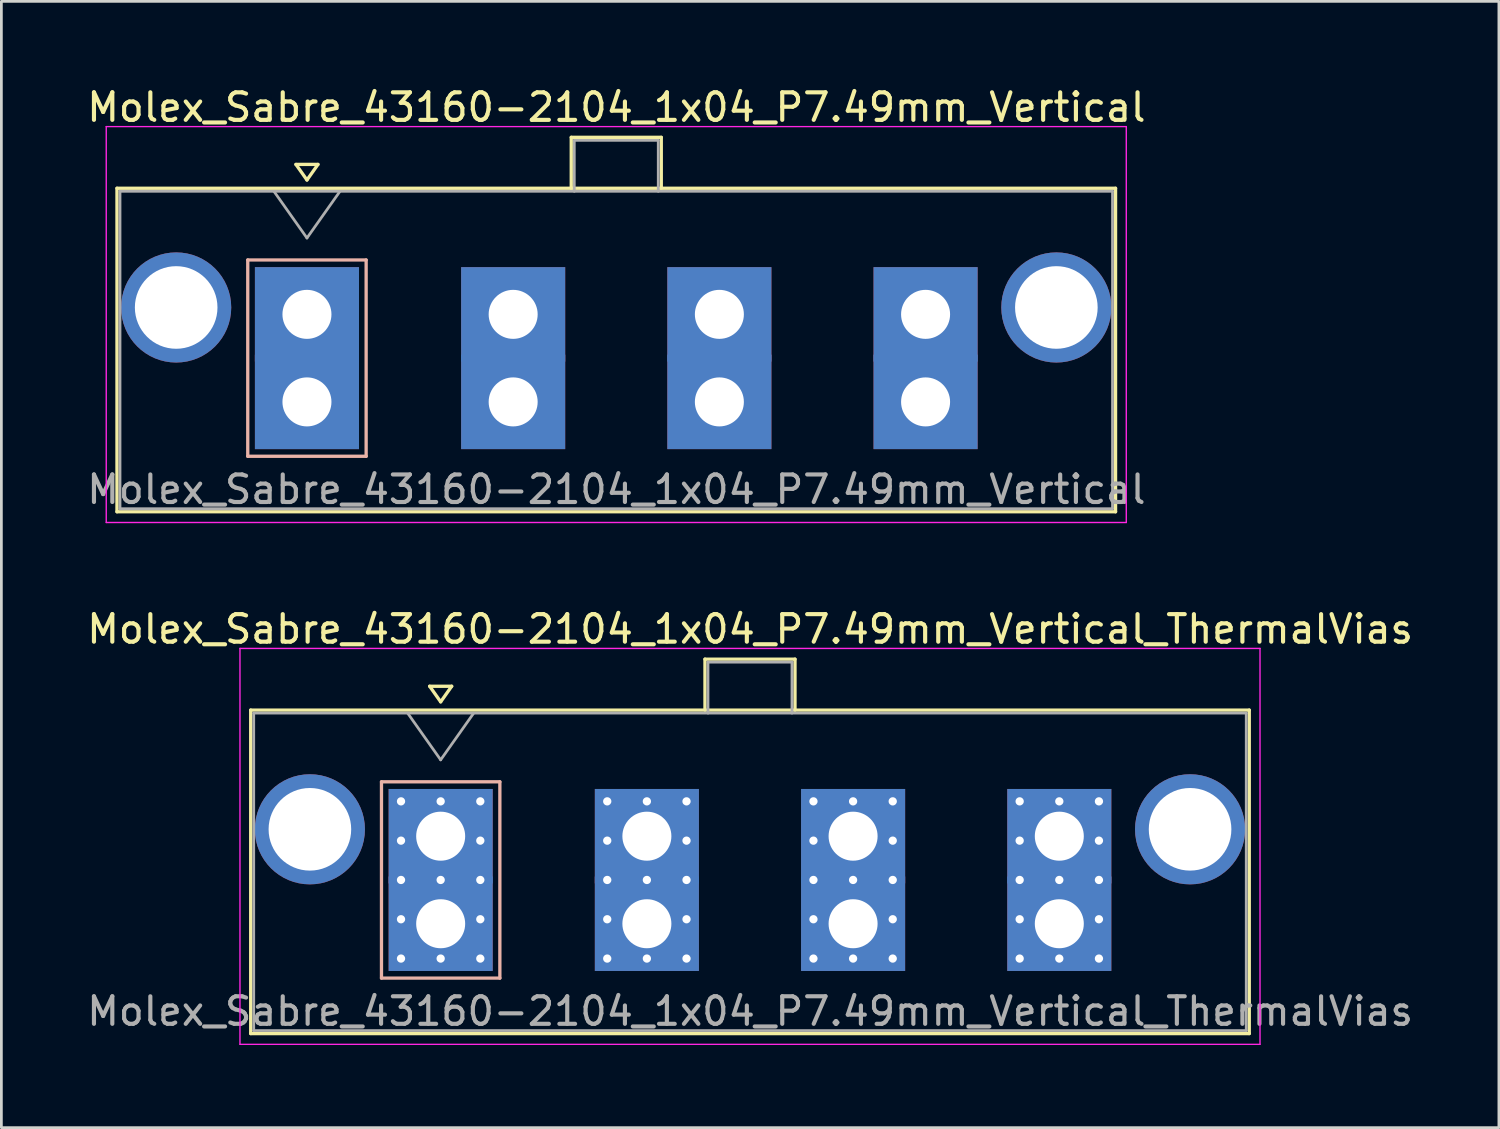
<source format=kicad_pcb>
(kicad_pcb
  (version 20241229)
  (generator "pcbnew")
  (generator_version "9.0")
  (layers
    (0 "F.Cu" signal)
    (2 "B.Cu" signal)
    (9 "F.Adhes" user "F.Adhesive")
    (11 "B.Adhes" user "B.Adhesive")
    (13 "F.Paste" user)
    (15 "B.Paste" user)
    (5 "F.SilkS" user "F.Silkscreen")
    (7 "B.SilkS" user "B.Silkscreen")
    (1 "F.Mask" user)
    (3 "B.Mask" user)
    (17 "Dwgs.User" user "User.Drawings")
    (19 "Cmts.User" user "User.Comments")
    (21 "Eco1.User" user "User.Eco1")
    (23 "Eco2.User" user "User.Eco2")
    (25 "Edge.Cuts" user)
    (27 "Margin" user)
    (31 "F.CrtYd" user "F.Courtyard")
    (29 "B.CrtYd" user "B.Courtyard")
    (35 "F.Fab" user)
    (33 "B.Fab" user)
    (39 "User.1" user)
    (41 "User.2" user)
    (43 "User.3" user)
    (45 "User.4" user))
  (footprint "Molex_Sabre_43160-2104_1x04_P7.49mm_Vertical"
    (layer "F.Cu")
    (at 8.099 11.548)
    (property "Reference" "Molex_Sabre_43160-2104_1x04_P7.49mm_Vertical" (at 11.24 -10.7 0) (layer "F.SilkS") (effects (font (size 1 1) (thickness 0.15))))
    (attr through_hole)
    (fp_line (start -6.9 -7.76) (end -6.9 3.99) (stroke (width 0.12) (type solid)) (layer "F.SilkS"))
    (fp_line (start -6.9 3.99) (end 29.37 3.99) (stroke (width 0.12) (type solid)) (layer "F.SilkS"))
    (fp_line (start -0.4 -8.626) (end 0 -8.06) (stroke (width 0.12) (type solid)) (layer "F.SilkS"))
    (fp_line (start 0 -8.06) (end 0.4 -8.626) (stroke (width 0.12) (type solid)) (layer "F.SilkS"))
    (fp_line (start 0.4 -8.626) (end -0.4 -8.626) (stroke (width 0.12) (type solid)) (layer "F.SilkS"))
    (fp_line (start 9.6 -9.61) (end 12.87 -9.61) (stroke (width 0.12) (type solid)) (layer "F.SilkS"))
    (fp_line (start 9.6 -7.76) (end 9.6 -9.61) (stroke (width 0.12) (type solid)) (layer "F.SilkS"))
    (fp_line (start 12.87 -9.61) (end 12.87 -7.76) (stroke (width 0.12) (type solid)) (layer "F.SilkS"))
    (fp_line (start 29.37 -7.76) (end -6.9 -7.76) (stroke (width 0.12) (type solid)) (layer "F.SilkS"))
    (fp_line (start 29.37 3.99) (end 29.37 -7.76) (stroke (width 0.12) (type solid)) (layer "F.SilkS"))
    (fp_line (start -2.15 -5.155) (end -2.15 1.975) (stroke (width 0.12) (type solid)) (layer "B.SilkS"))
    (fp_line (start -2.15 1.975) (end 2.15 1.975) (stroke (width 0.12) (type solid)) (layer "B.SilkS"))
    (fp_line (start 2.15 -5.155) (end -2.15 -5.155) (stroke (width 0.12) (type solid)) (layer "B.SilkS"))
    (fp_line (start 2.15 1.975) (end 2.15 -5.155) (stroke (width 0.12) (type solid)) (layer "B.SilkS"))
    (fp_line (start -7.29 -10) (end -7.29 4.38) (stroke (width 0.05) (type solid)) (layer "F.CrtYd"))
    (fp_line (start -7.29 4.38) (end 29.76 4.38) (stroke (width 0.05) (type solid)) (layer "F.CrtYd"))
    (fp_line (start 29.76 -10) (end -7.29 -10) (stroke (width 0.05) (type solid)) (layer "F.CrtYd"))
    (fp_line (start 29.76 4.38) (end 29.76 -10) (stroke (width 0.05) (type solid)) (layer "F.CrtYd"))
    (fp_line (start -6.79 -7.65) (end -6.79 3.88) (stroke (width 0.1) (type solid)) (layer "F.Fab"))
    (fp_line (start -6.79 3.88) (end 29.26 3.88) (stroke (width 0.1) (type solid)) (layer "F.Fab"))
    (fp_line (start -1.2 -7.65) (end 0 -5.953) (stroke (width 0.1) (type solid)) (layer "F.Fab"))
    (fp_line (start 0 -5.953) (end 1.2 -7.65) (stroke (width 0.1) (type solid)) (layer "F.Fab"))
    (fp_line (start 9.71 -9.5) (end 12.76 -9.5) (stroke (width 0.1) (type solid)) (layer "F.Fab"))
    (fp_line (start 9.71 -7.65) (end 9.71 -9.5) (stroke (width 0.1) (type solid)) (layer "F.Fab"))
    (fp_line (start 12.76 -9.5) (end 12.76 -7.65) (stroke (width 0.1) (type solid)) (layer "F.Fab"))
    (fp_line (start 29.26 -7.65) (end -6.79 -7.65) (stroke (width 0.1) (type solid)) (layer "F.Fab"))
    (fp_line (start 29.26 3.88) (end 29.26 -7.65) (stroke (width 0.1) (type solid)) (layer "F.Fab"))
    (fp_text user "${REFERENCE}" (at 11.24 3.18 0) (layer "F.Fab") (effects (font (size 1 1) (thickness 0.15))))
    (pad "" thru_hole circle (at -4.75 -3.43) (size 4 4) (drill 3) (layers "*.Cu" "*.Mask"))
    (pad "" thru_hole circle (at 27.22 -3.43) (size 4 4) (drill 3) (layers "*.Cu" "*.Mask"))
    (pad "1" thru_hole rect (at 0 -3.18) (size 3.78 3.43) (drill 1.78) (layers "*.Cu" "*.Mask"))
    (pad "1" thru_hole rect (at 0 0) (size 3.78 3.43) (drill 1.78) (layers "*.Cu" "*.Mask"))
    (pad "2" thru_hole rect (at 7.49 -3.18) (size 3.78 3.43) (drill 1.78) (layers "*.Cu" "*.Mask"))
    (pad "2" thru_hole rect (at 7.49 0) (size 3.78 3.43) (drill 1.78) (layers "*.Cu" "*.Mask"))
    (pad "3" thru_hole rect (at 14.98 -3.18) (size 3.78 3.43) (drill 1.78) (layers "*.Cu" "*.Mask"))
    (pad "3" thru_hole rect (at 14.98 0) (size 3.78 3.43) (drill 1.78) (layers "*.Cu" "*.Mask"))
    (pad "4" thru_hole rect (at 22.47 -3.18) (size 3.78 3.43) (drill 1.78) (layers "*.Cu" "*.Mask"))
    (pad "4" thru_hole rect (at 22.47 0) (size 3.78 3.43) (drill 1.78) (layers "*.Cu" "*.Mask")))
  (footprint "Molex_Sabre_43160-2104_1x04_P7.49mm_Vertical_ThermalVias"
    (layer "F.Cu")
    (at 12.956 30.502)
    (property "Reference" "Molex_Sabre_43160-2104_1x04_P7.49mm_Vertical_ThermalVias" (at 11.24 -10.7 0) (layer "F.SilkS") (effects (font (size 1 1) (thickness 0.15))))
    (attr through_hole)
    (fp_line (start -6.9 -7.76) (end -6.9 3.99) (stroke (width 0.12) (type solid)) (layer "F.SilkS"))
    (fp_line (start -6.9 3.99) (end 29.37 3.99) (stroke (width 0.12) (type solid)) (layer "F.SilkS"))
    (fp_line (start -0.4 -8.626) (end 0 -8.06) (stroke (width 0.12) (type solid)) (layer "F.SilkS"))
    (fp_line (start 0 -8.06) (end 0.4 -8.626) (stroke (width 0.12) (type solid)) (layer "F.SilkS"))
    (fp_line (start 0.4 -8.626) (end -0.4 -8.626) (stroke (width 0.12) (type solid)) (layer "F.SilkS"))
    (fp_line (start 9.6 -9.61) (end 12.87 -9.61) (stroke (width 0.12) (type solid)) (layer "F.SilkS"))
    (fp_line (start 9.6 -7.76) (end 9.6 -9.61) (stroke (width 0.12) (type solid)) (layer "F.SilkS"))
    (fp_line (start 12.87 -9.61) (end 12.87 -7.76) (stroke (width 0.12) (type solid)) (layer "F.SilkS"))
    (fp_line (start 29.37 -7.76) (end -6.9 -7.76) (stroke (width 0.12) (type solid)) (layer "F.SilkS"))
    (fp_line (start 29.37 3.99) (end 29.37 -7.76) (stroke (width 0.12) (type solid)) (layer "F.SilkS"))
    (fp_line (start -2.15 -5.155) (end -2.15 1.975) (stroke (width 0.12) (type solid)) (layer "B.SilkS"))
    (fp_line (start -2.15 1.975) (end 2.15 1.975) (stroke (width 0.12) (type solid)) (layer "B.SilkS"))
    (fp_line (start 2.15 -5.155) (end -2.15 -5.155) (stroke (width 0.12) (type solid)) (layer "B.SilkS"))
    (fp_line (start 2.15 1.975) (end 2.15 -5.155) (stroke (width 0.12) (type solid)) (layer "B.SilkS"))
    (fp_line (start -7.29 -10) (end -7.29 4.38) (stroke (width 0.05) (type solid)) (layer "F.CrtYd"))
    (fp_line (start -7.29 4.38) (end 29.76 4.38) (stroke (width 0.05) (type solid)) (layer "F.CrtYd"))
    (fp_line (start 29.76 -10) (end -7.29 -10) (stroke (width 0.05) (type solid)) (layer "F.CrtYd"))
    (fp_line (start 29.76 4.38) (end 29.76 -10) (stroke (width 0.05) (type solid)) (layer "F.CrtYd"))
    (fp_line (start -6.79 -7.65) (end -6.79 3.88) (stroke (width 0.1) (type solid)) (layer "F.Fab"))
    (fp_line (start -6.79 3.88) (end 29.26 3.88) (stroke (width 0.1) (type solid)) (layer "F.Fab"))
    (fp_line (start -1.2 -7.65) (end 0 -5.953) (stroke (width 0.1) (type solid)) (layer "F.Fab"))
    (fp_line (start 0 -5.953) (end 1.2 -7.65) (stroke (width 0.1) (type solid)) (layer "F.Fab"))
    (fp_line (start 9.71 -9.5) (end 12.76 -9.5) (stroke (width 0.1) (type solid)) (layer "F.Fab"))
    (fp_line (start 9.71 -7.65) (end 9.71 -9.5) (stroke (width 0.1) (type solid)) (layer "F.Fab"))
    (fp_line (start 12.76 -9.5) (end 12.76 -7.65) (stroke (width 0.1) (type solid)) (layer "F.Fab"))
    (fp_line (start 29.26 -7.65) (end -6.79 -7.65) (stroke (width 0.1) (type solid)) (layer "F.Fab"))
    (fp_line (start 29.26 3.88) (end 29.26 -7.65) (stroke (width 0.1) (type solid)) (layer "F.Fab"))
    (fp_text user "${REFERENCE}" (at 11.24 3.18 0) (layer "F.Fab") (effects (font (size 1 1) (thickness 0.15))))
    (pad "" thru_hole circle (at -4.75 -3.43) (size 4 4) (drill 3) (layers "*.Cu" "*.Mask"))
    (pad "" thru_hole circle (at 27.22 -3.43) (size 4 4) (drill 3) (layers "*.Cu" "*.Mask"))
    (pad "1" thru_hole rect (at -1.44 -4.445) (size 0.6 0.6) (drill 0.3) (layers "*.Cu" "*.Mask"))
    (pad "1" thru_hole rect (at -1.44 -3.018) (size 0.6 0.6) (drill 0.3) (layers "*.Cu" "*.Mask"))
    (pad "1" thru_hole rect (at -1.44 -1.59) (size 0.6 0.6) (drill 0.3) (layers "*.Cu" "*.Mask"))
    (pad "1" thru_hole rect (at -1.44 -0.163) (size 0.6 0.6) (drill 0.3) (layers "*.Cu" "*.Mask"))
    (pad "1" thru_hole rect (at -1.44 1.265) (size 0.6 0.6) (drill 0.3) (layers "*.Cu" "*.Mask"))
    (pad "1" thru_hole rect (at 0 -4.445) (size 0.6 0.6) (drill 0.3) (layers "*.Cu" "*.Mask"))
    (pad "1" thru_hole rect (at 0 -3.18) (size 3.78 3.43) (drill 1.78) (layers "*.Cu" "*.Mask"))
    (pad "1" thru_hole rect (at 0 -1.59) (size 0.6 0.6) (drill 0.3) (layers "*.Cu" "*.Mask"))
    (pad "1" thru_hole rect (at 0 0) (size 3.78 3.43) (drill 1.78) (layers "*.Cu" "*.Mask"))
    (pad "1" thru_hole rect (at 0 1.265) (size 0.6 0.6) (drill 0.3) (layers "*.Cu" "*.Mask"))
    (pad "1" thru_hole rect (at 1.44 -4.445) (size 0.6 0.6) (drill 0.3) (layers "*.Cu" "*.Mask"))
    (pad "1" thru_hole rect (at 1.44 -3.018) (size 0.6 0.6) (drill 0.3) (layers "*.Cu" "*.Mask"))
    (pad "1" thru_hole rect (at 1.44 -1.59) (size 0.6 0.6) (drill 0.3) (layers "*.Cu" "*.Mask"))
    (pad "1" thru_hole rect (at 1.44 -0.163) (size 0.6 0.6) (drill 0.3) (layers "*.Cu" "*.Mask"))
    (pad "1" thru_hole rect (at 1.44 1.265) (size 0.6 0.6) (drill 0.3) (layers "*.Cu" "*.Mask"))
    (pad "2" thru_hole circle (at 6.05 -4.445) (size 0.6 0.6) (drill 0.3) (layers "*.Cu" "*.Mask"))
    (pad "2" thru_hole circle (at 6.05 -3.018) (size 0.6 0.6) (drill 0.3) (layers "*.Cu" "*.Mask"))
    (pad "2" thru_hole circle (at 6.05 -1.59) (size 0.6 0.6) (drill 0.3) (layers "*.Cu" "*.Mask"))
    (pad "2" thru_hole circle (at 6.05 -0.163) (size 0.6 0.6) (drill 0.3) (layers "*.Cu" "*.Mask"))
    (pad "2" thru_hole circle (at 6.05 1.265) (size 0.6 0.6) (drill 0.3) (layers "*.Cu" "*.Mask"))
    (pad "2" thru_hole circle (at 7.49 -4.445) (size 0.6 0.6) (drill 0.3) (layers "*.Cu" "*.Mask"))
    (pad "2" thru_hole rect (at 7.49 -3.18) (size 3.78 3.43) (drill 1.78) (layers "*.Cu" "*.Mask"))
    (pad "2" thru_hole circle (at 7.49 -1.59) (size 0.6 0.6) (drill 0.3) (layers "*.Cu" "*.Mask"))
    (pad "2" thru_hole rect (at 7.49 0) (size 3.78 3.43) (drill 1.78) (layers "*.Cu" "*.Mask"))
    (pad "2" thru_hole circle (at 7.49 1.265) (size 0.6 0.6) (drill 0.3) (layers "*.Cu" "*.Mask"))
    (pad "2" thru_hole circle (at 8.93 -4.445) (size 0.6 0.6) (drill 0.3) (layers "*.Cu" "*.Mask"))
    (pad "2" thru_hole circle (at 8.93 -3.018) (size 0.6 0.6) (drill 0.3) (layers "*.Cu" "*.Mask"))
    (pad "2" thru_hole circle (at 8.93 -1.59) (size 0.6 0.6) (drill 0.3) (layers "*.Cu" "*.Mask"))
    (pad "2" thru_hole circle (at 8.93 -0.163) (size 0.6 0.6) (drill 0.3) (layers "*.Cu" "*.Mask"))
    (pad "2" thru_hole circle (at 8.93 1.265) (size 0.6 0.6) (drill 0.3) (layers "*.Cu" "*.Mask"))
    (pad "3" thru_hole circle (at 13.54 -4.445) (size 0.6 0.6) (drill 0.3) (layers "*.Cu" "*.Mask"))
    (pad "3" thru_hole circle (at 13.54 -3.018) (size 0.6 0.6) (drill 0.3) (layers "*.Cu" "*.Mask"))
    (pad "3" thru_hole circle (at 13.54 -1.59) (size 0.6 0.6) (drill 0.3) (layers "*.Cu" "*.Mask"))
    (pad "3" thru_hole circle (at 13.54 -0.163) (size 0.6 0.6) (drill 0.3) (layers "*.Cu" "*.Mask"))
    (pad "3" thru_hole circle (at 13.54 1.265) (size 0.6 0.6) (drill 0.3) (layers "*.Cu" "*.Mask"))
    (pad "3" thru_hole circle (at 14.98 -4.445) (size 0.6 0.6) (drill 0.3) (layers "*.Cu" "*.Mask"))
    (pad "3" thru_hole rect (at 14.98 -3.18) (size 3.78 3.43) (drill 1.78) (layers "*.Cu" "*.Mask"))
    (pad "3" thru_hole circle (at 14.98 -1.59) (size 0.6 0.6) (drill 0.3) (layers "*.Cu" "*.Mask"))
    (pad "3" thru_hole rect (at 14.98 0) (size 3.78 3.43) (drill 1.78) (layers "*.Cu" "*.Mask"))
    (pad "3" thru_hole circle (at 14.98 1.265) (size 0.6 0.6) (drill 0.3) (layers "*.Cu" "*.Mask"))
    (pad "3" thru_hole circle (at 16.42 -4.445) (size 0.6 0.6) (drill 0.3) (layers "*.Cu" "*.Mask"))
    (pad "3" thru_hole circle (at 16.42 -3.018) (size 0.6 0.6) (drill 0.3) (layers "*.Cu" "*.Mask"))
    (pad "3" thru_hole circle (at 16.42 -1.59) (size 0.6 0.6) (drill 0.3) (layers "*.Cu" "*.Mask"))
    (pad "3" thru_hole circle (at 16.42 -0.163) (size 0.6 0.6) (drill 0.3) (layers "*.Cu" "*.Mask"))
    (pad "3" thru_hole circle (at 16.42 1.265) (size 0.6 0.6) (drill 0.3) (layers "*.Cu" "*.Mask"))
    (pad "4" thru_hole circle (at 21.03 -4.445) (size 0.6 0.6) (drill 0.3) (layers "*.Cu" "*.Mask"))
    (pad "4" thru_hole circle (at 21.03 -3.018) (size 0.6 0.6) (drill 0.3) (layers "*.Cu" "*.Mask"))
    (pad "4" thru_hole circle (at 21.03 -1.59) (size 0.6 0.6) (drill 0.3) (layers "*.Cu" "*.Mask"))
    (pad "4" thru_hole circle (at 21.03 -0.163) (size 0.6 0.6) (drill 0.3) (layers "*.Cu" "*.Mask"))
    (pad "4" thru_hole circle (at 21.03 1.265) (size 0.6 0.6) (drill 0.3) (layers "*.Cu" "*.Mask"))
    (pad "4" thru_hole circle (at 22.47 -4.445) (size 0.6 0.6) (drill 0.3) (layers "*.Cu" "*.Mask"))
    (pad "4" thru_hole rect (at 22.47 -3.18) (size 3.78 3.43) (drill 1.78) (layers "*.Cu" "*.Mask"))
    (pad "4" thru_hole circle (at 22.47 -1.59) (size 0.6 0.6) (drill 0.3) (layers "*.Cu" "*.Mask"))
    (pad "4" thru_hole rect (at 22.47 0) (size 3.78 3.43) (drill 1.78) (layers "*.Cu" "*.Mask"))
    (pad "4" thru_hole circle (at 22.47 1.265) (size 0.6 0.6) (drill 0.3) (layers "*.Cu" "*.Mask"))
    (pad "4" thru_hole circle (at 23.91 -4.445) (size 0.6 0.6) (drill 0.3) (layers "*.Cu" "*.Mask"))
    (pad "4" thru_hole circle (at 23.91 -3.018) (size 0.6 0.6) (drill 0.3) (layers "*.Cu" "*.Mask"))
    (pad "4" thru_hole circle (at 23.91 -1.59) (size 0.6 0.6) (drill 0.3) (layers "*.Cu" "*.Mask"))
    (pad "4" thru_hole circle (at 23.91 -0.163) (size 0.6 0.6) (drill 0.3) (layers "*.Cu" "*.Mask"))
    (pad "4" thru_hole circle (at 23.91 1.265) (size 0.6 0.6) (drill 0.3) (layers "*.Cu" "*.Mask")))
  (gr_rect
    (start -3 -3)
    (end 51.393 37.907)
    (stroke (width 0.1) (type default))
    (fill no)
    (layer "Edge.Cuts")))
</source>
